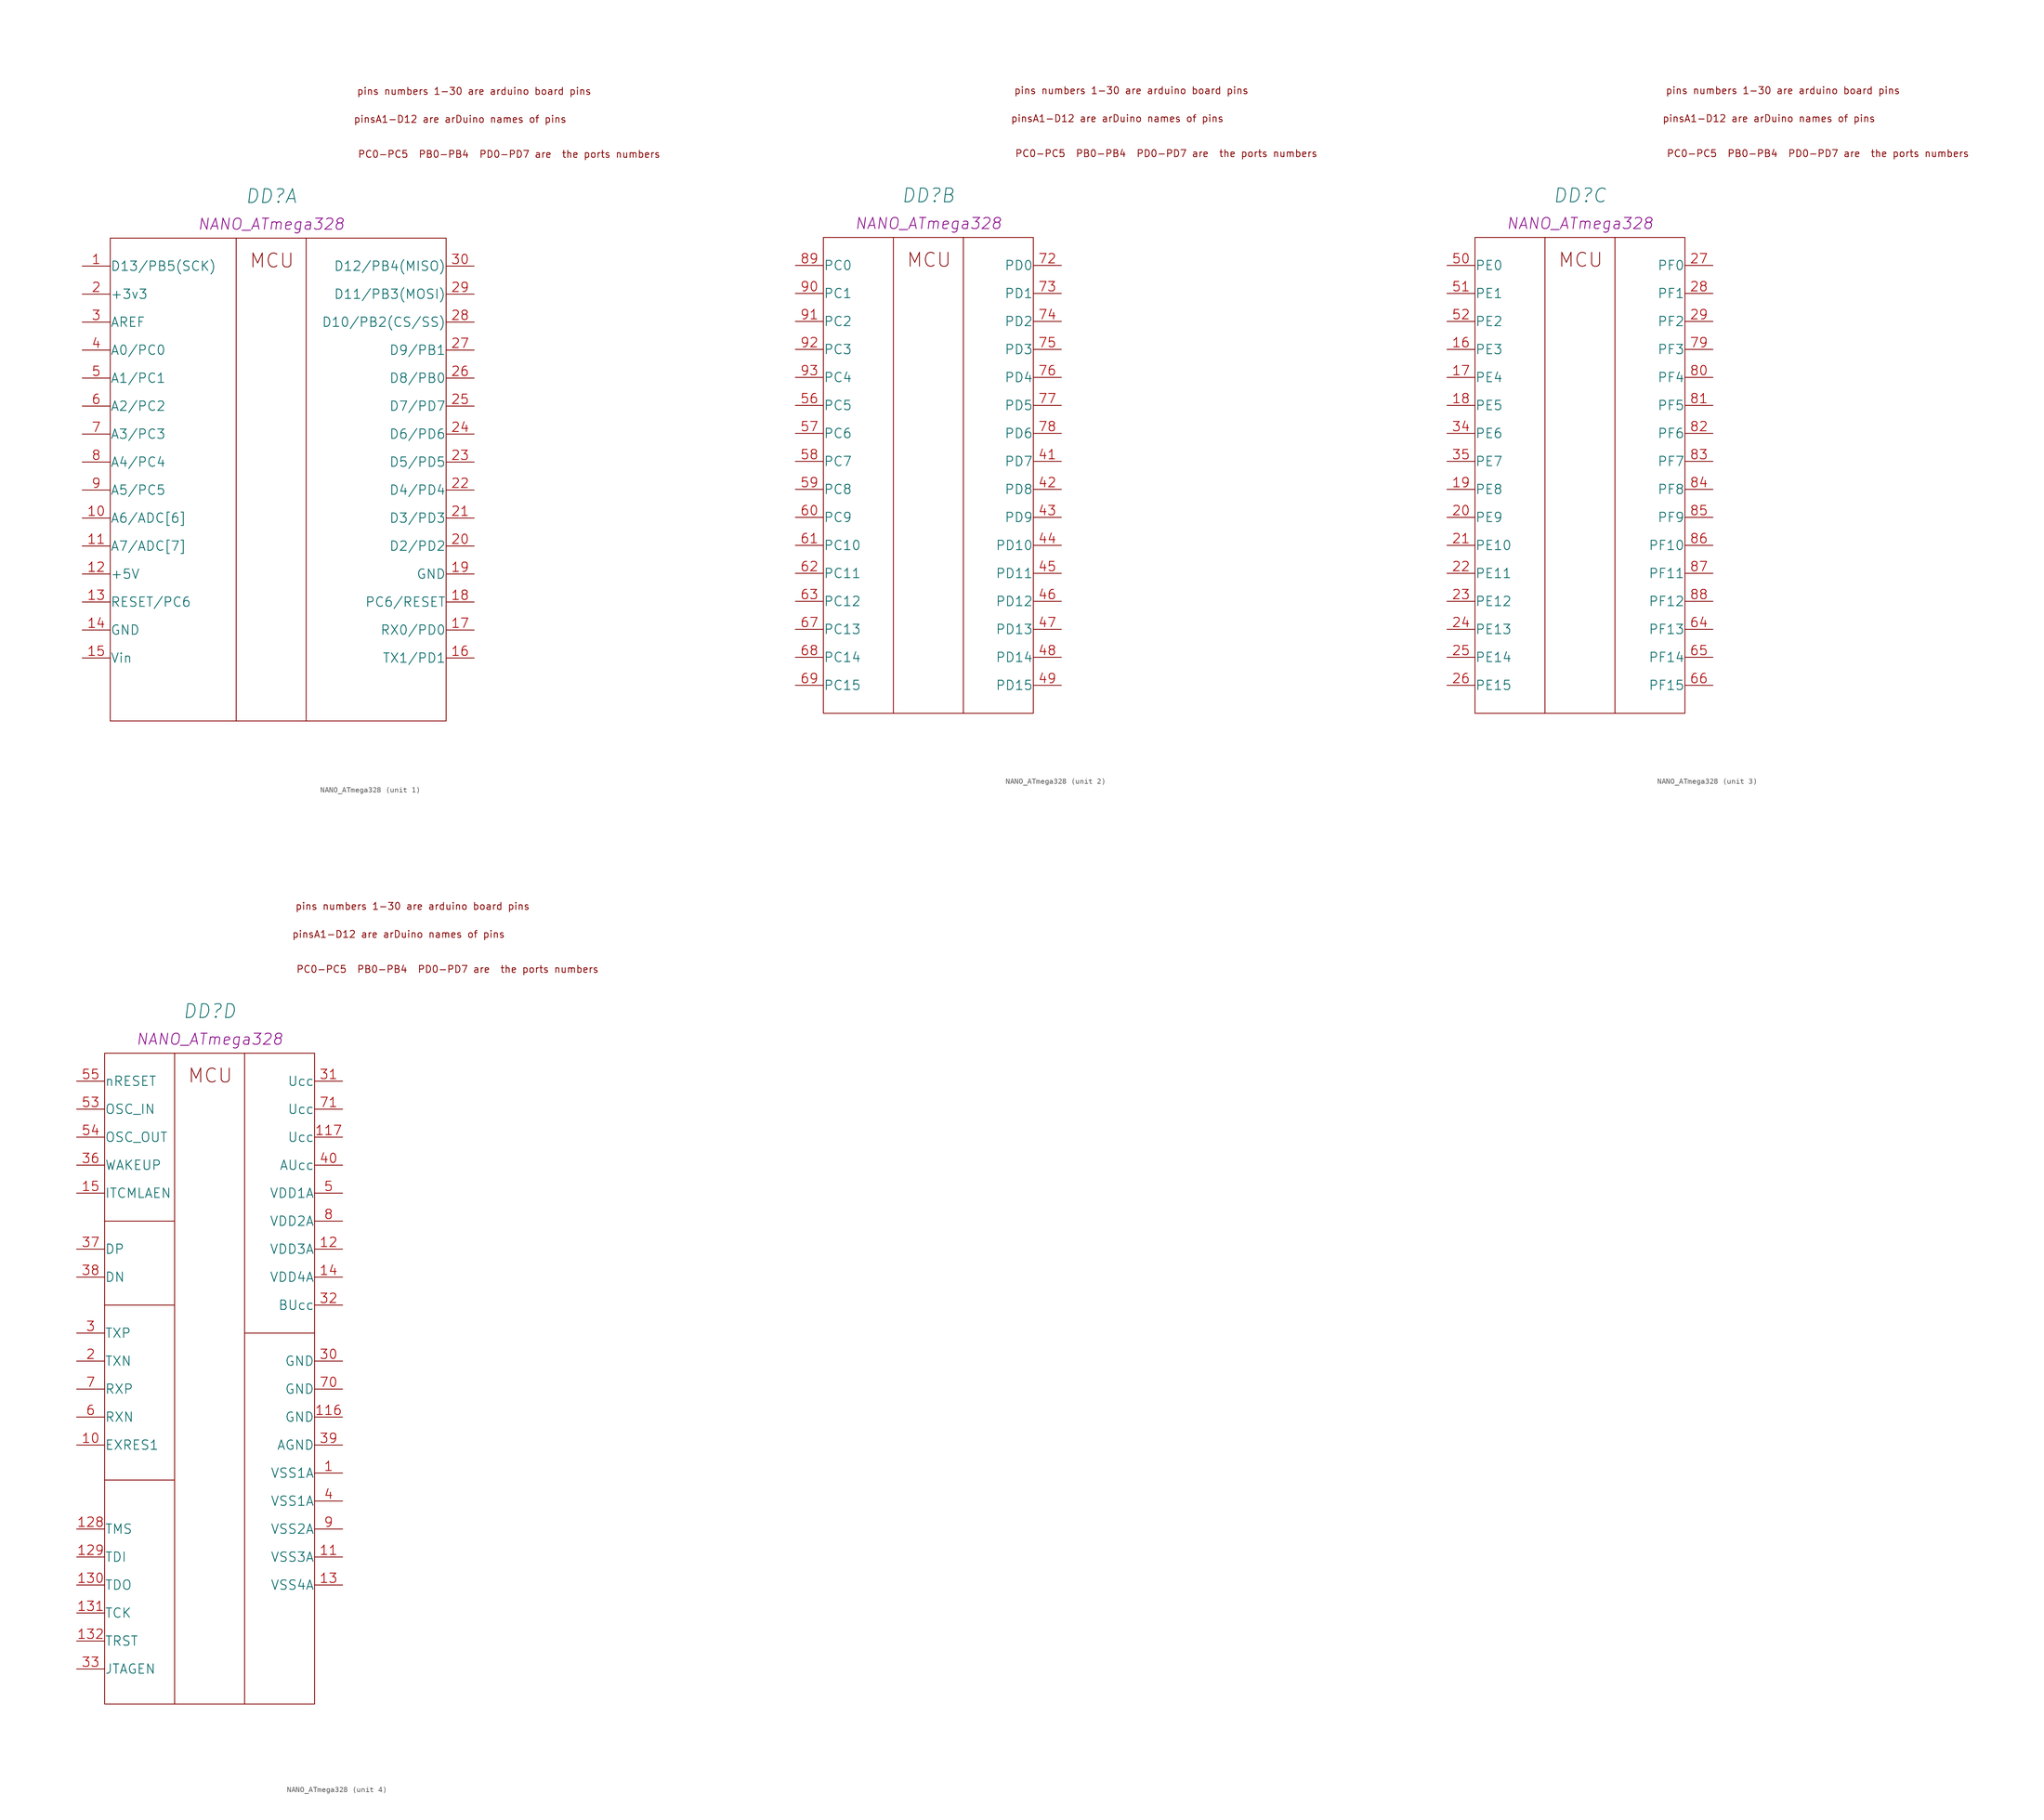
<source format=kicad_sym>
(kicad_symbol_lib
  (version 20210619)
  (generator kicad_symbol_editor)
  (symbol "my_Library:NANO_ATmega328"
    (pin_names
      (offset 0.025))
    (property "Reference" "DD"
      (at 24.13 12.7 0)
      (effects (font (size 2.501 2.501) italic)))
    (property "ValueName" "NANO_ATmega328"
      (at 24.13 7.62 0)
      (effects (font (size 2.007 2.007) italic)))
    (property "ki_locked" ""
      (at 0 0 0)
      (effects (font (size 1.27 1.27))))
    (symbol "NANO_ATmega328_0_0"
      (text "MCU" (at 24.257 1.016 0) (effects (font (size 2.527 2.527))))
      (text "PC0-PC5  PB0-PB4  PD0-PD7 are  the ports numbers" (at 67.31 20.32 0) (effects (font (size 1.27 1.27))))
      (text "pins numbers 1-30 are arduino board pins" (at 60.96 31.75 0) (effects (font (size 1.27 1.27))))
      (text "pinsA1-D12 are arDuino names of pins" (at 58.42 26.67 0) (effects (font (size 1.27 1.27)))))
    (symbol "NANO_ATmega328_1_1"
      (rectangle (start -5.08 5.08) (end 55.88 -82.55) (stroke (width 0)) (fill (type none)))
      (polyline (pts (xy 30.48 5.08) (xy 30.48 -82.55)) (stroke (width 0)) (fill (type none)))
      (polyline (pts (xy 17.78 5.08) (xy 17.78 -17.78) (xy 17.78 -74.93) (xy 17.78 -82.55)) (stroke (width 0)) (fill (type none)))
      (pin bidirectional line (at -10.16 0 0) (length 5.08) (name "D13/PB5(SCK)" (effects (font (size 1.702 1.702)))) (number "1" (effects (font (size 1.702 1.702)))))
      (pin bidirectional line (at -10.16 -45.72 0) (length 5.08) (name "A6/ADC[6]" (effects (font (size 1.702 1.702)))) (number "10" (effects (font (size 1.702 1.702)))))
      (pin bidirectional line (at -10.16 -50.8 0) (length 5.08) (name "A7/ADC[7]" (effects (font (size 1.702 1.702)))) (number "11" (effects (font (size 1.702 1.702)))))
      (pin bidirectional line (at -10.16 -55.88 0) (length 5.08) (name "+5V" (effects (font (size 1.702 1.702)))) (number "12" (effects (font (size 1.702 1.702)))))
      (pin bidirectional line (at -10.16 -60.96 0) (length 5.08) (name "RESET/PC6" (effects (font (size 1.702 1.702)))) (number "13" (effects (font (size 1.702 1.702)))))
      (pin bidirectional line (at -10.16 -66.04 0) (length 5.08) (name "GND" (effects (font (size 1.702 1.702)))) (number "14" (effects (font (size 1.702 1.702)))))
      (pin bidirectional line (at -10.16 -71.12 0) (length 5.08) (name "Vin" (effects (font (size 1.702 1.702)))) (number "15" (effects (font (size 1.702 1.702)))))
      (pin bidirectional line (at 60.96 -71.12 180) (length 5.08) (name "TX1/PD1" (effects (font (size 1.702 1.702)))) (number "16" (effects (font (size 1.702 1.702)))))
      (pin bidirectional line (at 60.96 -66.04 180) (length 5.08) (name "RX0/PD0" (effects (font (size 1.702 1.702)))) (number "17" (effects (font (size 1.702 1.702)))))
      (pin bidirectional line (at 60.96 -60.96 180) (length 5.08) (name "PC6/RESET" (effects (font (size 1.702 1.702)))) (number "18" (effects (font (size 1.702 1.702)))))
      (pin bidirectional line (at 60.96 -55.88 180) (length 5.08) (name "GND" (effects (font (size 1.702 1.702)))) (number "19" (effects (font (size 1.702 1.702)))))
      (pin bidirectional line (at -10.16 -5.08 0) (length 5.08) (name "+3v3" (effects (font (size 1.702 1.702)))) (number "2" (effects (font (size 1.702 1.702)))))
      (pin bidirectional line (at 60.96 -50.8 180) (length 5.08) (name "D2/PD2" (effects (font (size 1.702 1.702)))) (number "20" (effects (font (size 1.702 1.702)))))
      (pin bidirectional line (at 60.96 -45.72 180) (length 5.08) (name "D3/PD3" (effects (font (size 1.702 1.702)))) (number "21" (effects (font (size 1.702 1.702)))))
      (pin bidirectional line (at 60.96 -40.64 180) (length 5.08) (name "D4/PD4" (effects (font (size 1.702 1.702)))) (number "22" (effects (font (size 1.702 1.702)))))
      (pin bidirectional line (at 60.96 -35.56 180) (length 5.08) (name "D5/PD5" (effects (font (size 1.702 1.702)))) (number "23" (effects (font (size 1.702 1.702)))))
      (pin bidirectional line (at 60.96 -30.48 180) (length 5.08) (name "D6/PD6" (effects (font (size 1.702 1.702)))) (number "24" (effects (font (size 1.702 1.702)))))
      (pin bidirectional line (at 60.96 -25.4 180) (length 5.08) (name "D7/PD7" (effects (font (size 1.702 1.702)))) (number "25" (effects (font (size 1.702 1.702)))))
      (pin bidirectional line (at 60.96 -20.32 180) (length 5.08) (name "D8/PB0" (effects (font (size 1.702 1.702)))) (number "26" (effects (font (size 1.702 1.702)))))
      (pin bidirectional line (at 60.96 -15.24 180) (length 5.08) (name "D9/PB1" (effects (font (size 1.702 1.702)))) (number "27" (effects (font (size 1.702 1.702)))))
      (pin bidirectional line (at 60.96 -10.16 180) (length 5.08) (name "D10/PB2(CS/SS)" (effects (font (size 1.702 1.702)))) (number "28" (effects (font (size 1.702 1.702)))))
      (pin bidirectional line (at 60.96 -5.08 180) (length 5.08) (name "D11/PB3(MOSI)" (effects (font (size 1.702 1.702)))) (number "29" (effects (font (size 1.702 1.702)))))
      (pin bidirectional line (at -10.16 -10.16 0) (length 5.08) (name "AREF" (effects (font (size 1.702 1.702)))) (number "3" (effects (font (size 1.702 1.702)))))
      (pin bidirectional line (at 60.96 0 180) (length 5.08) (name "D12/PB4(MISO)" (effects (font (size 1.702 1.702)))) (number "30" (effects (font (size 1.702 1.702)))))
      (pin bidirectional line (at -10.16 -15.24 0) (length 5.08) (name "A0/PC0" (effects (font (size 1.702 1.702)))) (number "4" (effects (font (size 1.702 1.702)))))
      (pin bidirectional line (at -10.16 -20.32 0) (length 5.08) (name "A1/PC1" (effects (font (size 1.702 1.702)))) (number "5" (effects (font (size 1.702 1.702)))))
      (pin bidirectional line (at -10.16 -25.4 0) (length 5.08) (name "A2/PC2" (effects (font (size 1.702 1.702)))) (number "6" (effects (font (size 1.702 1.702)))))
      (pin bidirectional line (at -10.16 -30.48 0) (length 5.08) (name "A3/PC3" (effects (font (size 1.702 1.702)))) (number "7" (effects (font (size 1.702 1.702)))))
      (pin bidirectional line (at -10.16 -35.56 0) (length 5.08) (name "A4/PC4" (effects (font (size 1.702 1.702)))) (number "8" (effects (font (size 1.702 1.702)))))
      (pin bidirectional line (at -10.16 -40.64 0) (length 5.08) (name "A5/PC5" (effects (font (size 1.702 1.702)))) (number "9" (effects (font (size 1.702 1.702))))))
    (symbol "NANO_ATmega328_2_1"
      (rectangle (start 5.08 -81.28) (end 43.18 5.08) (stroke (width 0)) (fill (type none)))
      (polyline (pts (xy 30.48 5.08) (xy 30.48 -81.28)) (stroke (width 0)) (fill (type none)))
      (polyline (pts (xy 17.78 5.08) (xy 17.78 -74.93) (xy 17.78 -81.28)) (stroke (width 0)) (fill (type none)))
      (pin bidirectional line (at 48.26 -35.56 180) (length 5.08) (name "PD7" (effects (font (size 1.702 1.702)))) (number "41" (effects (font (size 1.702 1.702)))))
      (pin bidirectional line (at 48.26 -40.64 180) (length 5.08) (name "PD8" (effects (font (size 1.702 1.702)))) (number "42" (effects (font (size 1.702 1.702)))))
      (pin bidirectional line (at 48.26 -45.72 180) (length 5.08) (name "PD9" (effects (font (size 1.702 1.702)))) (number "43" (effects (font (size 1.702 1.702)))))
      (pin bidirectional line (at 48.26 -50.8 180) (length 5.08) (name "PD10" (effects (font (size 1.702 1.702)))) (number "44" (effects (font (size 1.702 1.702)))))
      (pin bidirectional line (at 48.26 -55.88 180) (length 5.08) (name "PD11" (effects (font (size 1.702 1.702)))) (number "45" (effects (font (size 1.702 1.702)))))
      (pin bidirectional line (at 48.26 -60.96 180) (length 5.08) (name "PD12" (effects (font (size 1.702 1.702)))) (number "46" (effects (font (size 1.702 1.702)))))
      (pin bidirectional line (at 48.26 -66.04 180) (length 5.08) (name "PD13" (effects (font (size 1.702 1.702)))) (number "47" (effects (font (size 1.702 1.702)))))
      (pin bidirectional line (at 48.26 -71.12 180) (length 5.08) (name "PD14" (effects (font (size 1.702 1.702)))) (number "48" (effects (font (size 1.702 1.702)))))
      (pin bidirectional line (at 48.26 -76.2 180) (length 5.08) (name "PD15" (effects (font (size 1.702 1.702)))) (number "49" (effects (font (size 1.702 1.702)))))
      (pin bidirectional line (at 0 -25.4 0) (length 5.08) (name "PC5" (effects (font (size 1.702 1.702)))) (number "56" (effects (font (size 1.702 1.702)))))
      (pin bidirectional line (at 0 -30.48 0) (length 5.08) (name "PC6" (effects (font (size 1.702 1.702)))) (number "57" (effects (font (size 1.702 1.702)))))
      (pin bidirectional line (at 0 -35.56 0) (length 5.08) (name "PC7" (effects (font (size 1.702 1.702)))) (number "58" (effects (font (size 1.702 1.702)))))
      (pin bidirectional line (at 0 -40.64 0) (length 5.08) (name "PC8" (effects (font (size 1.702 1.702)))) (number "59" (effects (font (size 1.702 1.702)))))
      (pin bidirectional line (at 0 -45.72 0) (length 5.08) (name "PC9" (effects (font (size 1.702 1.702)))) (number "60" (effects (font (size 1.702 1.702)))))
      (pin bidirectional line (at 0 -50.8 0) (length 5.08) (name "PC10" (effects (font (size 1.702 1.702)))) (number "61" (effects (font (size 1.702 1.702)))))
      (pin bidirectional line (at 0 -55.88 0) (length 5.08) (name "PC11" (effects (font (size 1.702 1.702)))) (number "62" (effects (font (size 1.702 1.702)))))
      (pin bidirectional line (at 0 -60.96 0) (length 5.08) (name "PC12" (effects (font (size 1.702 1.702)))) (number "63" (effects (font (size 1.702 1.702)))))
      (pin bidirectional line (at 0 -66.04 0) (length 5.08) (name "PC13" (effects (font (size 1.702 1.702)))) (number "67" (effects (font (size 1.702 1.702)))))
      (pin bidirectional line (at 0 -71.12 0) (length 5.08) (name "PC14" (effects (font (size 1.702 1.702)))) (number "68" (effects (font (size 1.702 1.702)))))
      (pin bidirectional line (at 0 -76.2 0) (length 5.08) (name "PC15" (effects (font (size 1.702 1.702)))) (number "69" (effects (font (size 1.702 1.702)))))
      (pin bidirectional line (at 48.26 0 180) (length 5.08) (name "PD0" (effects (font (size 1.702 1.702)))) (number "72" (effects (font (size 1.702 1.702)))))
      (pin bidirectional line (at 48.26 -5.08 180) (length 5.08) (name "PD1" (effects (font (size 1.702 1.702)))) (number "73" (effects (font (size 1.702 1.702)))))
      (pin bidirectional line (at 48.26 -10.16 180) (length 5.08) (name "PD2" (effects (font (size 1.702 1.702)))) (number "74" (effects (font (size 1.702 1.702)))))
      (pin bidirectional line (at 48.26 -15.24 180) (length 5.08) (name "PD3" (effects (font (size 1.702 1.702)))) (number "75" (effects (font (size 1.702 1.702)))))
      (pin bidirectional line (at 48.26 -20.32 180) (length 5.08) (name "PD4" (effects (font (size 1.702 1.702)))) (number "76" (effects (font (size 1.702 1.702)))))
      (pin bidirectional line (at 48.26 -25.4 180) (length 5.08) (name "PD5" (effects (font (size 1.702 1.702)))) (number "77" (effects (font (size 1.702 1.702)))))
      (pin bidirectional line (at 48.26 -30.48 180) (length 5.08) (name "PD6" (effects (font (size 1.702 1.702)))) (number "78" (effects (font (size 1.702 1.702)))))
      (pin bidirectional line (at 0 0 0) (length 5.08) (name "PC0" (effects (font (size 1.702 1.702)))) (number "89" (effects (font (size 1.702 1.702)))))
      (pin bidirectional line (at 0 -5.08 0) (length 5.08) (name "PC1" (effects (font (size 1.702 1.702)))) (number "90" (effects (font (size 1.702 1.702)))))
      (pin bidirectional line (at 0 -10.16 0) (length 5.08) (name "PC2" (effects (font (size 1.702 1.702)))) (number "91" (effects (font (size 1.702 1.702)))))
      (pin bidirectional line (at 0 -15.24 0) (length 5.08) (name "PC3" (effects (font (size 1.702 1.702)))) (number "92" (effects (font (size 1.702 1.702)))))
      (pin bidirectional line (at 0 -20.32 0) (length 5.08) (name "PC4" (effects (font (size 1.702 1.702)))) (number "93" (effects (font (size 1.702 1.702))))))
    (symbol "NANO_ATmega328_3_1"
      (rectangle (start 5.08 -81.28) (end 43.18 5.08) (stroke (width 0)) (fill (type none)))
      (polyline (pts (xy 30.48 5.08) (xy 30.48 -81.28)) (stroke (width 0)) (fill (type none)))
      (polyline (pts (xy 17.78 5.08) (xy 17.78 -55.88) (xy 17.78 -81.28)) (stroke (width 0)) (fill (type none)))
      (pin bidirectional line (at 0 -15.24 0) (length 5.08) (name "PE3" (effects (font (size 1.702 1.702)))) (number "16" (effects (font (size 1.702 1.702)))))
      (pin bidirectional line (at 0 -20.32 0) (length 5.08) (name "PE4" (effects (font (size 1.702 1.702)))) (number "17" (effects (font (size 1.702 1.702)))))
      (pin bidirectional line (at 0 -25.4 0) (length 5.08) (name "PE5" (effects (font (size 1.702 1.702)))) (number "18" (effects (font (size 1.702 1.702)))))
      (pin bidirectional line (at 0 -40.64 0) (length 5.08) (name "PE8" (effects (font (size 1.702 1.702)))) (number "19" (effects (font (size 1.702 1.702)))))
      (pin bidirectional line (at 0 -45.72 0) (length 5.08) (name "PE9" (effects (font (size 1.702 1.702)))) (number "20" (effects (font (size 1.702 1.702)))))
      (pin bidirectional line (at 0 -50.8 0) (length 5.08) (name "PE10" (effects (font (size 1.702 1.702)))) (number "21" (effects (font (size 1.702 1.702)))))
      (pin bidirectional line (at 0 -55.88 0) (length 5.08) (name "PE11" (effects (font (size 1.702 1.702)))) (number "22" (effects (font (size 1.702 1.702)))))
      (pin bidirectional line (at 0 -60.96 0) (length 5.08) (name "PE12" (effects (font (size 1.702 1.702)))) (number "23" (effects (font (size 1.702 1.702)))))
      (pin bidirectional line (at 0 -66.04 0) (length 5.08) (name "PE13" (effects (font (size 1.702 1.702)))) (number "24" (effects (font (size 1.702 1.702)))))
      (pin bidirectional line (at 0 -71.12 0) (length 5.08) (name "PE14" (effects (font (size 1.702 1.702)))) (number "25" (effects (font (size 1.702 1.702)))))
      (pin bidirectional line (at 0 -76.2 0) (length 5.08) (name "PE15" (effects (font (size 1.702 1.702)))) (number "26" (effects (font (size 1.702 1.702)))))
      (pin bidirectional line (at 48.26 0 180) (length 5.08) (name "PF0" (effects (font (size 1.702 1.702)))) (number "27" (effects (font (size 1.702 1.702)))))
      (pin bidirectional line (at 48.26 -5.08 180) (length 5.08) (name "PF1" (effects (font (size 1.702 1.702)))) (number "28" (effects (font (size 1.702 1.702)))))
      (pin bidirectional line (at 48.26 -10.16 180) (length 5.08) (name "PF2" (effects (font (size 1.702 1.702)))) (number "29" (effects (font (size 1.702 1.702)))))
      (pin bidirectional line (at 0 -30.48 0) (length 5.08) (name "PE6" (effects (font (size 1.702 1.702)))) (number "34" (effects (font (size 1.702 1.702)))))
      (pin bidirectional line (at 0 -35.56 0) (length 5.08) (name "PE7" (effects (font (size 1.702 1.702)))) (number "35" (effects (font (size 1.702 1.702)))))
      (pin bidirectional line (at 0 0 0) (length 5.08) (name "PE0" (effects (font (size 1.702 1.702)))) (number "50" (effects (font (size 1.702 1.702)))))
      (pin bidirectional line (at 0 -5.08 0) (length 5.08) (name "PE1" (effects (font (size 1.702 1.702)))) (number "51" (effects (font (size 1.702 1.702)))))
      (pin bidirectional line (at 0 -10.16 0) (length 5.08) (name "PE2" (effects (font (size 1.702 1.702)))) (number "52" (effects (font (size 1.702 1.702)))))
      (pin bidirectional line (at 48.26 -66.04 180) (length 5.08) (name "PF13" (effects (font (size 1.702 1.702)))) (number "64" (effects (font (size 1.702 1.702)))))
      (pin bidirectional line (at 48.26 -71.12 180) (length 5.08) (name "PF14" (effects (font (size 1.702 1.702)))) (number "65" (effects (font (size 1.702 1.702)))))
      (pin bidirectional line (at 48.26 -76.2 180) (length 5.08) (name "PF15" (effects (font (size 1.702 1.702)))) (number "66" (effects (font (size 1.702 1.702)))))
      (pin bidirectional line (at 48.26 -15.24 180) (length 5.08) (name "PF3" (effects (font (size 1.702 1.702)))) (number "79" (effects (font (size 1.702 1.702)))))
      (pin bidirectional line (at 48.26 -20.32 180) (length 5.08) (name "PF4" (effects (font (size 1.702 1.702)))) (number "80" (effects (font (size 1.702 1.702)))))
      (pin bidirectional line (at 48.26 -25.4 180) (length 5.08) (name "PF5" (effects (font (size 1.702 1.702)))) (number "81" (effects (font (size 1.702 1.702)))))
      (pin bidirectional line (at 48.26 -30.48 180) (length 5.08) (name "PF6" (effects (font (size 1.702 1.702)))) (number "82" (effects (font (size 1.702 1.702)))))
      (pin bidirectional line (at 48.26 -35.56 180) (length 5.08) (name "PF7" (effects (font (size 1.702 1.702)))) (number "83" (effects (font (size 1.702 1.702)))))
      (pin bidirectional line (at 48.26 -40.64 180) (length 5.08) (name "PF8" (effects (font (size 1.702 1.702)))) (number "84" (effects (font (size 1.702 1.702)))))
      (pin bidirectional line (at 48.26 -45.72 180) (length 5.08) (name "PF9" (effects (font (size 1.702 1.702)))) (number "85" (effects (font (size 1.702 1.702)))))
      (pin bidirectional line (at 48.26 -50.8 180) (length 5.08) (name "PF10" (effects (font (size 1.702 1.702)))) (number "86" (effects (font (size 1.702 1.702)))))
      (pin bidirectional line (at 48.26 -55.88 180) (length 5.08) (name "PF11" (effects (font (size 1.702 1.702)))) (number "87" (effects (font (size 1.702 1.702)))))
      (pin bidirectional line (at 48.26 -60.96 180) (length 5.08) (name "PF12" (effects (font (size 1.702 1.702)))) (number "88" (effects (font (size 1.702 1.702))))))
    (symbol "NANO_ATmega328_4_1"
      (rectangle (start 5.08 -113.03) (end 43.18 5.08) (stroke (width 0)) (fill (type none)))
      (polyline (pts (xy 5.08 -72.39) (xy 17.78 -72.39)) (stroke (width 0)) (fill (type none)))
      (polyline (pts (xy 5.08 -40.64) (xy 17.78 -40.64)) (stroke (width 0)) (fill (type none)))
      (polyline (pts (xy 5.08 -25.4) (xy 17.78 -25.4)) (stroke (width 0)) (fill (type none)))
      (polyline (pts (xy 30.48 -45.72) (xy 43.18 -45.72)) (stroke (width 0)) (fill (type none)))
      (polyline (pts (xy 30.48 5.08) (xy 30.48 -113.03)) (stroke (width 0)) (fill (type none)))
      (polyline (pts (xy 17.78 5.08) (xy 17.78 -67.31) (xy 17.78 -113.03)) (stroke (width 0)) (fill (type none)))
      (pin power_in line (at 48.26 -71.12 180) (length 5.08) (name "VSS1A" (effects (font (size 1.702 1.702)))) (number "1" (effects (font (size 1.702 1.702)))))
      (pin bidirectional line (at 0 -66.04 0) (length 5.08) (name "EXRES1" (effects (font (size 1.702 1.702)))) (number "10" (effects (font (size 1.702 1.702)))))
      (pin power_in line (at 48.26 -86.36 180) (length 5.08) (name "VSS3A" (effects (font (size 1.702 1.702)))) (number "11" (effects (font (size 1.702 1.702)))))
      (pin power_in line (at 48.26 -60.96 180) (length 5.08) (name "GND" (effects (font (size 1.702 1.702)))) (number "116" (effects (font (size 1.702 1.702)))))
      (pin power_in line (at 48.26 -10.16 180) (length 5.08) (name "Ucc" (effects (font (size 1.702 1.702)))) (number "117" (effects (font (size 1.702 1.702)))))
      (pin power_in line (at 48.26 -30.48 180) (length 5.08) (name "VDD3A" (effects (font (size 1.702 1.702)))) (number "12" (effects (font (size 1.702 1.702)))))
      (pin bidirectional line (at 0 -81.28 0) (length 5.08) (name "TMS" (effects (font (size 1.702 1.702)))) (number "128" (effects (font (size 1.702 1.702)))))
      (pin bidirectional line (at 0 -86.36 0) (length 5.08) (name "TDI" (effects (font (size 1.702 1.702)))) (number "129" (effects (font (size 1.702 1.702)))))
      (pin power_out line (at 48.26 -91.44 180) (length 5.08) (name "VSS4A" (effects (font (size 1.702 1.702)))) (number "13" (effects (font (size 1.702 1.702)))))
      (pin bidirectional line (at 0 -91.44 0) (length 5.08) (name "TDO" (effects (font (size 1.702 1.702)))) (number "130" (effects (font (size 1.702 1.702)))))
      (pin bidirectional line (at 0 -96.52 0) (length 5.08) (name "TCK" (effects (font (size 1.702 1.702)))) (number "131" (effects (font (size 1.702 1.702)))))
      (pin bidirectional line (at 0 -101.6 0) (length 5.08) (name "TRST" (effects (font (size 1.702 1.702)))) (number "132" (effects (font (size 1.702 1.702)))))
      (pin power_in line (at 48.26 -35.56 180) (length 5.08) (name "VDD4A" (effects (font (size 1.702 1.702)))) (number "14" (effects (font (size 1.702 1.702)))))
      (pin bidirectional line (at 0 -20.32 0) (length 5.08) (name "ITCMLAEN" (effects (font (size 1.702 1.702)))) (number "15" (effects (font (size 1.702 1.702)))))
      (pin bidirectional line (at 0 -50.8 0) (length 5.08) (name "TXN" (effects (font (size 1.702 1.702)))) (number "2" (effects (font (size 1.702 1.702)))))
      (pin bidirectional line (at 0 -45.72 0) (length 5.08) (name "TXP" (effects (font (size 1.702 1.702)))) (number "3" (effects (font (size 1.702 1.702)))))
      (pin power_in line (at 48.26 -50.8 180) (length 5.08) (name "GND" (effects (font (size 1.702 1.702)))) (number "30" (effects (font (size 1.702 1.702)))))
      (pin power_in line (at 48.26 0 180) (length 5.08) (name "Ucc" (effects (font (size 1.702 1.702)))) (number "31" (effects (font (size 1.702 1.702)))))
      (pin power_in line (at 48.26 -40.64 180) (length 5.08) (name "BUcc" (effects (font (size 1.702 1.702)))) (number "32" (effects (font (size 1.702 1.702)))))
      (pin bidirectional line (at 0 -106.68 0) (length 5.08) (name "JTAGEN" (effects (font (size 1.702 1.702)))) (number "33" (effects (font (size 1.702 1.702)))))
      (pin bidirectional line (at 0 -15.24 0) (length 5.08) (name "WAKEUP" (effects (font (size 1.702 1.702)))) (number "36" (effects (font (size 1.702 1.702)))))
      (pin bidirectional line (at 0 -30.48 0) (length 5.08) (name "DP" (effects (font (size 1.702 1.702)))) (number "37" (effects (font (size 1.702 1.702)))))
      (pin bidirectional line (at 0 -35.56 0) (length 5.08) (name "DN" (effects (font (size 1.702 1.702)))) (number "38" (effects (font (size 1.702 1.702)))))
      (pin power_in line (at 48.26 -66.04 180) (length 5.08) (name "AGND" (effects (font (size 1.702 1.702)))) (number "39" (effects (font (size 1.702 1.702)))))
      (pin power_in line (at 48.26 -76.2 180) (length 5.08) (name "VSS1A" (effects (font (size 1.702 1.702)))) (number "4" (effects (font (size 1.702 1.702)))))
      (pin power_in line (at 48.26 -15.24 180) (length 5.08) (name "AUcc" (effects (font (size 1.702 1.702)))) (number "40" (effects (font (size 1.702 1.702)))))
      (pin power_in line (at 48.26 -20.32 180) (length 5.08) (name "VDD1A" (effects (font (size 1.702 1.702)))) (number "5" (effects (font (size 1.702 1.702)))))
      (pin bidirectional line (at 0 -5.08 0) (length 5.08) (name "OSC_IN" (effects (font (size 1.702 1.702)))) (number "53" (effects (font (size 1.702 1.702)))))
      (pin bidirectional line (at 0 -10.16 0) (length 5.08) (name "OSC_OUT" (effects (font (size 1.702 1.702)))) (number "54" (effects (font (size 1.702 1.702)))))
      (pin bidirectional line (at 0 0 0) (length 5.08) (name "nRESET" (effects (font (size 1.702 1.702)))) (number "55" (effects (font (size 1.702 1.702)))))
      (pin bidirectional line (at 0 -60.96 0) (length 5.08) (name "RXN" (effects (font (size 1.702 1.702)))) (number "6" (effects (font (size 1.702 1.702)))))
      (pin bidirectional line (at 0 -55.88 0) (length 5.08) (name "RXP" (effects (font (size 1.702 1.702)))) (number "7" (effects (font (size 1.702 1.702)))))
      (pin power_in line (at 48.26 -55.88 180) (length 5.08) (name "GND" (effects (font (size 1.702 1.702)))) (number "70" (effects (font (size 1.702 1.702)))))
      (pin power_in line (at 48.26 -5.08 180) (length 5.08) (name "Ucc" (effects (font (size 1.702 1.702)))) (number "71" (effects (font (size 1.702 1.702)))))
      (pin power_in line (at 48.26 -25.4 180) (length 5.08) (name "VDD2A" (effects (font (size 1.702 1.702)))) (number "8" (effects (font (size 1.702 1.702)))))
      (pin power_in line (at 48.26 -81.28 180) (length 5.08) (name "VSS2A" (effects (font (size 1.702 1.702)))) (number "9" (effects (font (size 1.702 1.702))))))))
</source>
